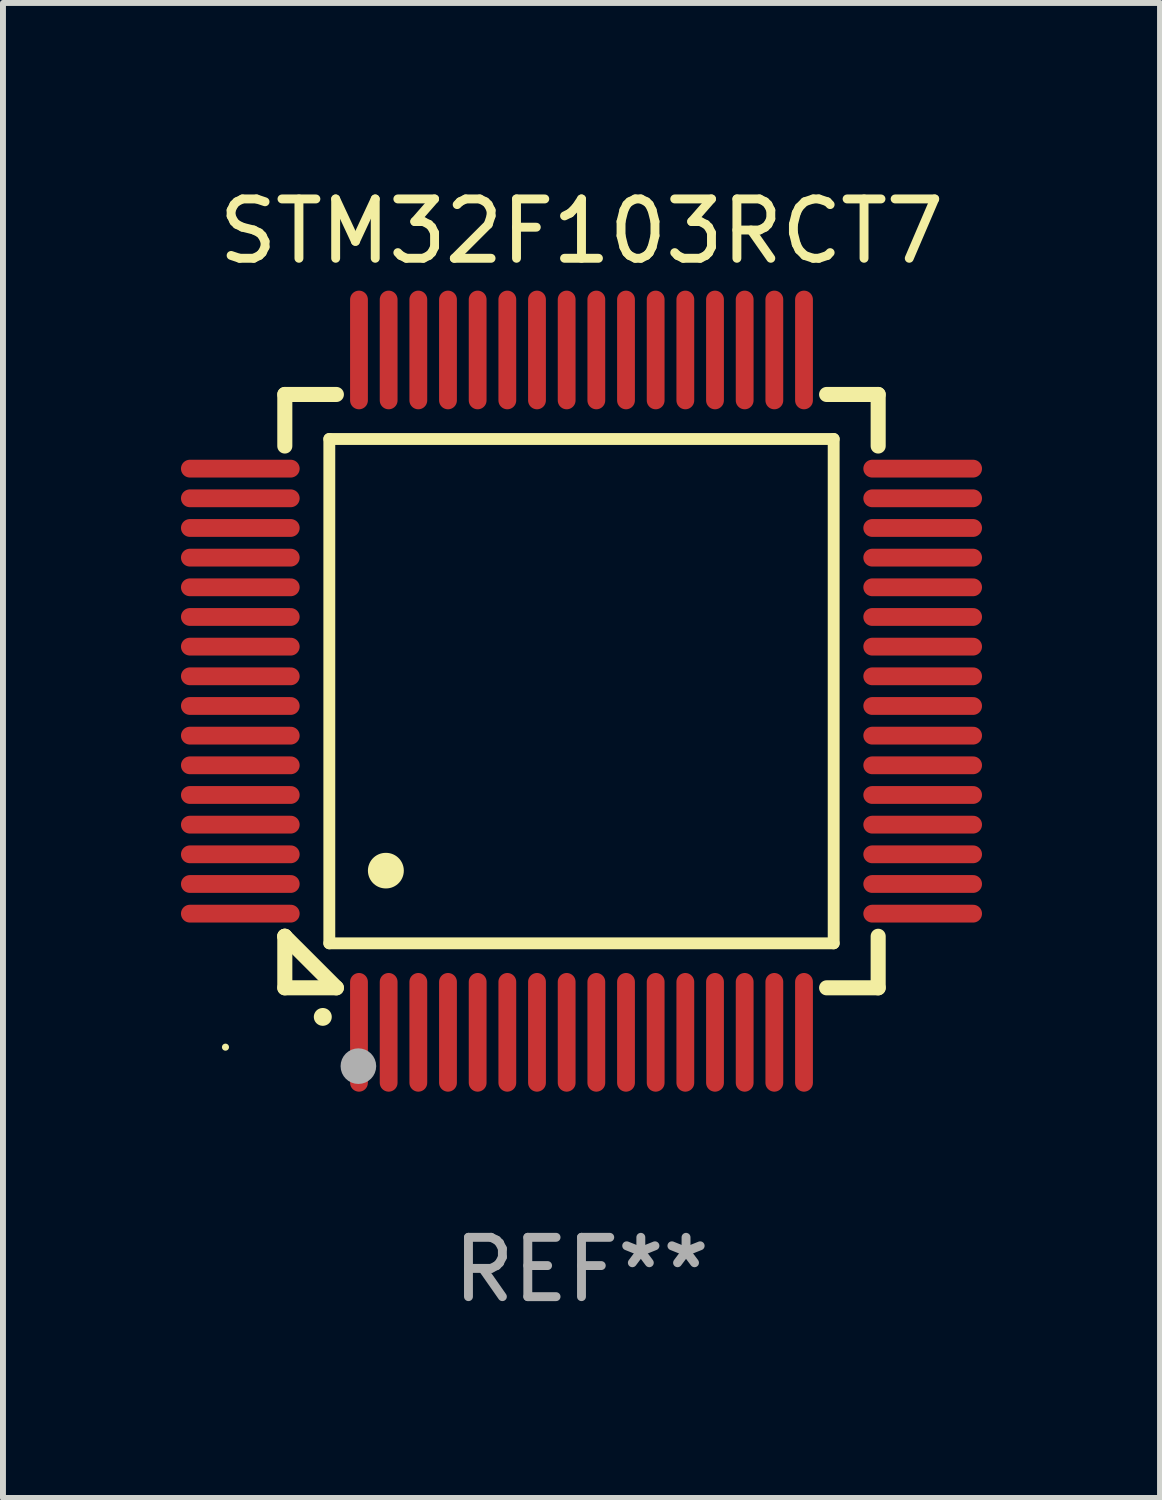
<source format=kicad_pcb>
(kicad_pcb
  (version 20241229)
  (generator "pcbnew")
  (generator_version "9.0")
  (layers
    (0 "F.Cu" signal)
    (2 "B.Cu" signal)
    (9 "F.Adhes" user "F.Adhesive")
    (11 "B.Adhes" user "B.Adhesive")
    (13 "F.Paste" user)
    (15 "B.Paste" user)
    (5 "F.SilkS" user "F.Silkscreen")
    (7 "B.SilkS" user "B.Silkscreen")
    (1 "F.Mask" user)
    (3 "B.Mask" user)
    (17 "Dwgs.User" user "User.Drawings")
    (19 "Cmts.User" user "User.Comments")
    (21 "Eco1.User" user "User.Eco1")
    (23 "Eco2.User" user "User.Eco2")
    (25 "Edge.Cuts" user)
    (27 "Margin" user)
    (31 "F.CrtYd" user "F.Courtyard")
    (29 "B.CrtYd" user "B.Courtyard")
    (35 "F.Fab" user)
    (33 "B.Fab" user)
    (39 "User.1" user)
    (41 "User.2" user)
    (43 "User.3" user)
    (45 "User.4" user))
  (footprint "STM32F103RCT7"
    (layer "F.Cu")
    (at 6.75 8.598)
    (property "Reference" "STM32F103RCT7" (at 0 -7.75 0) (layer "F.SilkS") (effects (font (size 1 1) (thickness 0.15))))
    (attr through_hole)
    (fp_line (start -5 -5) (end -4.131 -5) (stroke (width 0.254) (type solid)) (layer "F.SilkS"))
    (fp_line (start -5 -4.131) (end -5 -5) (stroke (width 0.254) (type solid)) (layer "F.SilkS"))
    (fp_line (start -5 4.131) (end -5 4.131) (stroke (width 0.254) (type solid)) (layer "F.SilkS"))
    (fp_line (start -5 5) (end -5 4.131) (stroke (width 0.254) (type solid)) (layer "F.SilkS"))
    (fp_line (start -5 4.131) (end -4.131 5) (stroke (width 0.254) (type solid)) (layer "F.SilkS"))
    (fp_line (start -4.25 -4.25) (end -4.25 4.25) (stroke (width 0.2) (type solid)) (layer "F.SilkS"))
    (fp_line (start -4.25 4.25) (end 4.25 4.25) (stroke (width 0.2) (type solid)) (layer "F.SilkS"))
    (fp_line (start -4.131 5) (end -5 5) (stroke (width 0.254) (type solid)) (layer "F.SilkS"))
    (fp_line (start 4.25 -4.25) (end -4.25 -4.25) (stroke (width 0.2) (type solid)) (layer "F.SilkS"))
    (fp_line (start 4.25 4.25) (end 4.25 -4.25) (stroke (width 0.2) (type solid)) (layer "F.SilkS"))
    (fp_line (start 5 -5) (end 4.131 -5) (stroke (width 0.254) (type solid)) (layer "F.SilkS"))
    (fp_line (start 5 -5) (end 5 -4.131) (stroke (width 0.254) (type solid)) (layer "F.SilkS"))
    (fp_line (start 5 4.131) (end 5 5) (stroke (width 0.254) (type solid)) (layer "F.SilkS"))
    (fp_line (start 5 5) (end 4.131 5) (stroke (width 0.254) (type solid)) (layer "F.SilkS"))
    (fp_arc (start -4.361265 5.489992) (mid -4.359995 5.489987) (end -4.358725 5.489992) (stroke (width 0.3) (type solid)) (layer "F.SilkS"))
    (fp_arc (start -3.299467 3.025146) (mid -3.296927 3.025135) (end -3.294387 3.025146) (stroke (width 0.6) (type solid)) (layer "F.SilkS"))
    (fp_circle (center -6 6) (end -5.97 6) (stroke (width 0.06) (type solid)) (fill no) (layer "F.SilkS"))
    (fp_circle (center -3.76 6.32) (end -3.61 6.32) (stroke (width 0.3) (type solid)) (fill no) (layer "F.Fab"))
    (fp_text user "REF**" (at 0 9.75 0) (layer "F.Fab") (effects (font (size 1 1) (thickness 0.15))))
    (pad "1" smd oval (at -3.75 5.75) (size 0.3 2) (layers "F.Cu" "F.Mask" "F.Paste"))
    (pad "2" smd oval (at -3.25 5.75) (size 0.3 2) (layers "F.Cu" "F.Mask" "F.Paste"))
    (pad "3" smd oval (at -2.75 5.75) (size 0.3 2) (layers "F.Cu" "F.Mask" "F.Paste"))
    (pad "4" smd oval (at -2.25 5.75) (size 0.3 2) (layers "F.Cu" "F.Mask" "F.Paste"))
    (pad "5" smd oval (at -1.75 5.75) (size 0.3 2) (layers "F.Cu" "F.Mask" "F.Paste"))
    (pad "6" smd oval (at -1.25 5.75) (size 0.3 2) (layers "F.Cu" "F.Mask" "F.Paste"))
    (pad "7" smd oval (at -0.75 5.75) (size 0.3 2) (layers "F.Cu" "F.Mask" "F.Paste"))
    (pad "8" smd oval (at -0.25 5.75) (size 0.3 2) (layers "F.Cu" "F.Mask" "F.Paste"))
    (pad "9" smd oval (at 0.25 5.75) (size 0.3 2) (layers "F.Cu" "F.Mask" "F.Paste"))
    (pad "10" smd oval (at 0.75 5.75) (size 0.3 2) (layers "F.Cu" "F.Mask" "F.Paste"))
    (pad "11" smd oval (at 1.25 5.75) (size 0.3 2) (layers "F.Cu" "F.Mask" "F.Paste"))
    (pad "12" smd oval (at 1.75 5.75) (size 0.3 2) (layers "F.Cu" "F.Mask" "F.Paste"))
    (pad "13" smd oval (at 2.25 5.75) (size 0.3 2) (layers "F.Cu" "F.Mask" "F.Paste"))
    (pad "14" smd oval (at 2.75 5.75) (size 0.3 2) (layers "F.Cu" "F.Mask" "F.Paste"))
    (pad "15" smd oval (at 3.25 5.75) (size 0.3 2) (layers "F.Cu" "F.Mask" "F.Paste"))
    (pad "16" smd oval (at 3.75 5.75) (size 0.3 2) (layers "F.Cu" "F.Mask" "F.Paste"))
    (pad "17" smd oval (at 5.75 3.75) (size 2 0.3) (layers "F.Cu" "F.Mask" "F.Paste"))
    (pad "18" smd oval (at 5.75 3.25) (size 2 0.3) (layers "F.Cu" "F.Mask" "F.Paste"))
    (pad "19" smd oval (at 5.75 2.75) (size 2 0.3) (layers "F.Cu" "F.Mask" "F.Paste"))
    (pad "20" smd oval (at 5.75 2.25) (size 2 0.3) (layers "F.Cu" "F.Mask" "F.Paste"))
    (pad "21" smd oval (at 5.75 1.75) (size 2 0.3) (layers "F.Cu" "F.Mask" "F.Paste"))
    (pad "22" smd oval (at 5.75 1.25) (size 2 0.3) (layers "F.Cu" "F.Mask" "F.Paste"))
    (pad "23" smd oval (at 5.75 0.75) (size 2 0.3) (layers "F.Cu" "F.Mask" "F.Paste"))
    (pad "24" smd oval (at 5.75 0.25) (size 2 0.3) (layers "F.Cu" "F.Mask" "F.Paste"))
    (pad "25" smd oval (at 5.75 -0.25) (size 2 0.3) (layers "F.Cu" "F.Mask" "F.Paste"))
    (pad "26" smd oval (at 5.75 -0.75) (size 2 0.3) (layers "F.Cu" "F.Mask" "F.Paste"))
    (pad "27" smd oval (at 5.75 -1.25) (size 2 0.3) (layers "F.Cu" "F.Mask" "F.Paste"))
    (pad "28" smd oval (at 5.75 -1.75) (size 2 0.3) (layers "F.Cu" "F.Mask" "F.Paste"))
    (pad "29" smd oval (at 5.75 -2.25) (size 2 0.3) (layers "F.Cu" "F.Mask" "F.Paste"))
    (pad "30" smd oval (at 5.75 -2.75) (size 2 0.3) (layers "F.Cu" "F.Mask" "F.Paste"))
    (pad "31" smd oval (at 5.75 -3.25) (size 2 0.3) (layers "F.Cu" "F.Mask" "F.Paste"))
    (pad "32" smd oval (at 5.75 -3.75) (size 2 0.3) (layers "F.Cu" "F.Mask" "F.Paste"))
    (pad "33" smd oval (at 3.75 -5.75) (size 0.3 2) (layers "F.Cu" "F.Mask" "F.Paste"))
    (pad "34" smd oval (at 3.25 -5.75) (size 0.3 2) (layers "F.Cu" "F.Mask" "F.Paste"))
    (pad "35" smd oval (at 2.75 -5.75) (size 0.3 2) (layers "F.Cu" "F.Mask" "F.Paste"))
    (pad "36" smd oval (at 2.25 -5.75) (size 0.3 2) (layers "F.Cu" "F.Mask" "F.Paste"))
    (pad "37" smd oval (at 1.75 -5.75) (size 0.3 2) (layers "F.Cu" "F.Mask" "F.Paste"))
    (pad "38" smd oval (at 1.25 -5.75) (size 0.3 2) (layers "F.Cu" "F.Mask" "F.Paste"))
    (pad "39" smd oval (at 0.75 -5.75) (size 0.3 2) (layers "F.Cu" "F.Mask" "F.Paste"))
    (pad "40" smd oval (at 0.25 -5.75) (size 0.3 2) (layers "F.Cu" "F.Mask" "F.Paste"))
    (pad "41" smd oval (at -0.25 -5.75) (size 0.3 2) (layers "F.Cu" "F.Mask" "F.Paste"))
    (pad "42" smd oval (at -0.75 -5.75) (size 0.3 2) (layers "F.Cu" "F.Mask" "F.Paste"))
    (pad "43" smd oval (at -1.25 -5.75) (size 0.3 2) (layers "F.Cu" "F.Mask" "F.Paste"))
    (pad "44" smd oval (at -1.75 -5.75) (size 0.3 2) (layers "F.Cu" "F.Mask" "F.Paste"))
    (pad "45" smd oval (at -2.25 -5.75) (size 0.3 2) (layers "F.Cu" "F.Mask" "F.Paste"))
    (pad "46" smd oval (at -2.75 -5.75) (size 0.3 2) (layers "F.Cu" "F.Mask" "F.Paste"))
    (pad "47" smd oval (at -3.25 -5.75) (size 0.3 2) (layers "F.Cu" "F.Mask" "F.Paste"))
    (pad "48" smd oval (at -3.75 -5.75) (size 0.3 2) (layers "F.Cu" "F.Mask" "F.Paste"))
    (pad "49" smd oval (at -5.75 -3.75) (size 2 0.3) (layers "F.Cu" "F.Mask" "F.Paste"))
    (pad "50" smd oval (at -5.75 -3.25) (size 2 0.3) (layers "F.Cu" "F.Mask" "F.Paste"))
    (pad "51" smd oval (at -5.75 -2.75) (size 2 0.3) (layers "F.Cu" "F.Mask" "F.Paste"))
    (pad "52" smd oval (at -5.75 -2.25) (size 2 0.3) (layers "F.Cu" "F.Mask" "F.Paste"))
    (pad "53" smd oval (at -5.75 -1.75) (size 2 0.3) (layers "F.Cu" "F.Mask" "F.Paste"))
    (pad "54" smd oval (at -5.75 -1.25) (size 2 0.3) (layers "F.Cu" "F.Mask" "F.Paste"))
    (pad "55" smd oval (at -5.75 -0.75) (size 2 0.3) (layers "F.Cu" "F.Mask" "F.Paste"))
    (pad "56" smd oval (at -5.75 -0.25) (size 2 0.3) (layers "F.Cu" "F.Mask" "F.Paste"))
    (pad "57" smd oval (at -5.75 0.25) (size 2 0.3) (layers "F.Cu" "F.Mask" "F.Paste"))
    (pad "58" smd oval (at -5.75 0.75) (size 2 0.3) (layers "F.Cu" "F.Mask" "F.Paste"))
    (pad "59" smd oval (at -5.75 1.25) (size 2 0.3) (layers "F.Cu" "F.Mask" "F.Paste"))
    (pad "60" smd oval (at -5.75 1.75) (size 2 0.3) (layers "F.Cu" "F.Mask" "F.Paste"))
    (pad "61" smd oval (at -5.75 2.25) (size 2 0.3) (layers "F.Cu" "F.Mask" "F.Paste"))
    (pad "62" smd oval (at -5.75 2.75) (size 2 0.3) (layers "F.Cu" "F.Mask" "F.Paste"))
    (pad "63" smd oval (at -5.75 3.25) (size 2 0.3) (layers "F.Cu" "F.Mask" "F.Paste"))
    (pad "64" smd oval (at -5.75 3.75) (size 2 0.3) (layers "F.Cu" "F.Mask" "F.Paste")))
  (gr_rect
    (start -3 -3)
    (end 16.5 22.196)
    (stroke (width 0.1) (type default))
    (fill no)
    (layer "Edge.Cuts")))
</source>
